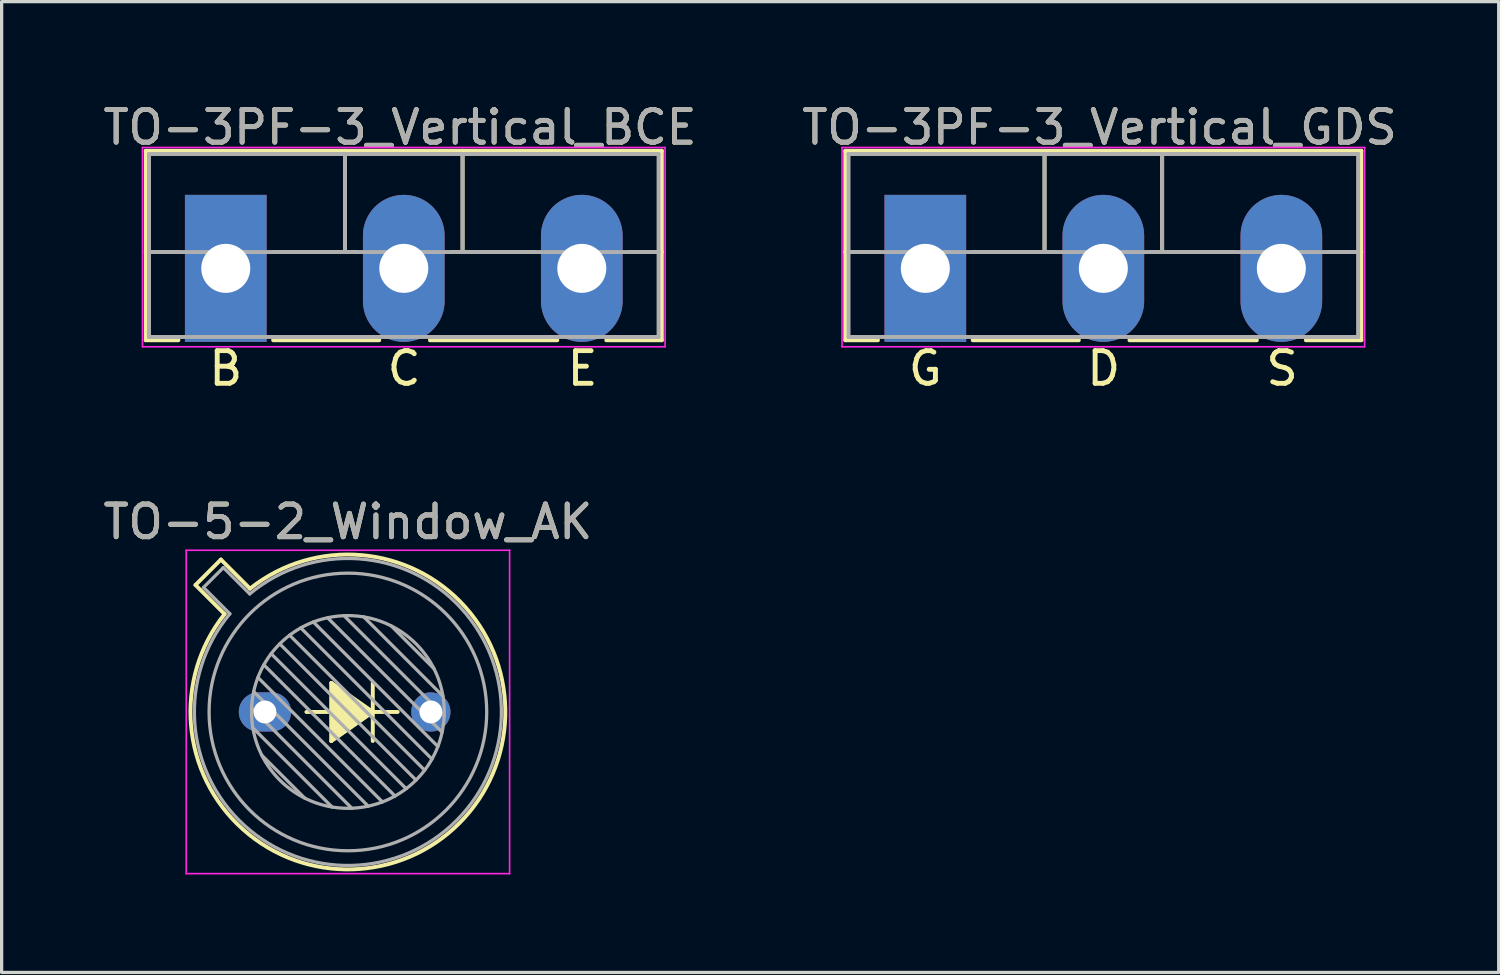
<source format=kicad_pcb>
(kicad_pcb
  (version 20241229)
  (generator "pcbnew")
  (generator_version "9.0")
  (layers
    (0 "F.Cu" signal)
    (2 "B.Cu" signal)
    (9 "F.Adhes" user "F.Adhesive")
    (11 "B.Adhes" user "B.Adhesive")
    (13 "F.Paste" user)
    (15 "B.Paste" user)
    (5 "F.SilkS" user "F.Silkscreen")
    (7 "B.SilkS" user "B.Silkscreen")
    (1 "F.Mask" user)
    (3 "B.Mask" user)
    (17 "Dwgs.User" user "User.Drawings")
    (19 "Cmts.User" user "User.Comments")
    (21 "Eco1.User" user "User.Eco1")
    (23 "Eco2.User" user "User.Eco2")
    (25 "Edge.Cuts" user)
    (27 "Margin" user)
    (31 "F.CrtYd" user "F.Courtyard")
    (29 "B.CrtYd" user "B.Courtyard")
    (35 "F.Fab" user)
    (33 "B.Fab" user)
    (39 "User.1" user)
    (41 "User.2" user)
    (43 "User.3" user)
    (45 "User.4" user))
  (footprint "TO-3PF-3_Vertical_GDS"
    (layer "F.Cu")
    (at 25.279 5.166)
    (property "Reference" "TO-3PF-3_Vertical_GDS" (at 5.334 -4.318 0) (layer "F.SilkS") (effects (font (size 1 1) (thickness 0.15))))
    (fp_line (start -2.45 -3.6) (end -2.45 2.2) (stroke (width 0.12) (type solid)) (layer "F.SilkS"))
    (fp_line (start -2.45 2.2) (end -1.45 2.2) (stroke (width 0.12) (type solid)) (layer "F.SilkS"))
    (fp_line (start -1.45 -0.5) (end -2.45 -0.5) (stroke (width 0.12) (type solid)) (layer "F.SilkS"))
    (fp_line (start 1.45 2.2) (end 4.7 2.2) (stroke (width 0.12) (type solid)) (layer "F.SilkS"))
    (fp_line (start 3.65 -3.6) (end 3.65 -0.5) (stroke (width 0.12) (type solid)) (layer "F.SilkS"))
    (fp_line (start 3.65 -0.5) (end 1.45 -0.5) (stroke (width 0.12) (type solid)) (layer "F.SilkS"))
    (fp_line (start 3.65 -0.5) (end 4 -0.5) (stroke (width 0.12) (type solid)) (layer "F.SilkS"))
    (fp_line (start 6.25 2.2) (end 10.15 2.2) (stroke (width 0.12) (type solid)) (layer "F.SilkS"))
    (fp_line (start 7.25 -0.5) (end 7.25 -3.6) (stroke (width 0.12) (type solid)) (layer "F.SilkS"))
    (fp_line (start 9.2 -0.5) (end 6.9 -0.5) (stroke (width 0.12) (type solid)) (layer "F.SilkS"))
    (fp_line (start 9.45 -0.5) (end 9.2 -0.5) (stroke (width 0.12) (type solid)) (layer "F.SilkS"))
    (fp_line (start 11.65 2.2) (end 13.35 2.2) (stroke (width 0.12) (type solid)) (layer "F.SilkS"))
    (fp_line (start 13.35 -3.6) (end -2.45 -3.6) (stroke (width 0.12) (type solid)) (layer "F.SilkS"))
    (fp_line (start 13.35 -0.5) (end 12.35 -0.5) (stroke (width 0.12) (type solid)) (layer "F.SilkS"))
    (fp_line (start 13.35 2.2) (end 13.35 -3.6) (stroke (width 0.12) (type solid)) (layer "F.SilkS"))
    (fp_line (start -2.55 -3.7) (end -2.55 2.4) (stroke (width 0.05) (type solid)) (layer "F.CrtYd"))
    (fp_line (start -2.55 2.4) (end 13.45 2.4) (stroke (width 0.05) (type solid)) (layer "F.CrtYd"))
    (fp_line (start 13.45 -3.7) (end -2.55 -3.7) (stroke (width 0.05) (type solid)) (layer "F.CrtYd"))
    (fp_line (start 13.45 2.4) (end 13.45 -3.7) (stroke (width 0.05) (type solid)) (layer "F.CrtYd"))
    (fp_line (start -2.35 -3.5) (end -2.35 2.1) (stroke (width 0.12) (type solid)) (layer "F.Fab"))
    (fp_line (start -2.35 2.1) (end 13.25 2.1) (stroke (width 0.12) (type solid)) (layer "F.Fab"))
    (fp_line (start -0.05 -3.5) (end -2.35 -3.5) (stroke (width 0.12) (type solid)) (layer "F.Fab"))
    (fp_line (start 2.95 -3.5) (end -0.05 -3.5) (stroke (width 0.12) (type solid)) (layer "F.Fab"))
    (fp_line (start 3.65 -3.5) (end 3.65 -0.5) (stroke (width 0.12) (type solid)) (layer "F.Fab"))
    (fp_line (start 7.25 -3.5) (end 7.25 -0.5) (stroke (width 0.12) (type solid)) (layer "F.Fab"))
    (fp_line (start 10.85 -0.5) (end -2.35 -0.5) (stroke (width 0.12) (type solid)) (layer "F.Fab"))
    (fp_line (start 10.85 -0.5) (end 13.25 -0.5) (stroke (width 0.12) (type solid)) (layer "F.Fab"))
    (fp_line (start 10.95 -3.5) (end 2.95 -3.5) (stroke (width 0.12) (type solid)) (layer "F.Fab"))
    (fp_line (start 13.25 -3.5) (end 10.95 -3.5) (stroke (width 0.12) (type solid)) (layer "F.Fab"))
    (fp_line (start 13.25 2.1) (end 13.25 -3.5) (stroke (width 0.12) (type solid)) (layer "F.Fab"))
    (fp_text user "S" (at 10.922 3.064 0) (unlocked yes) (layer "F.SilkS") (effects (font (size 1 1) (thickness 0.15))))
    (fp_text user "D" (at 5.461 3.064 0) (unlocked yes) (layer "F.SilkS") (effects (font (size 1 1) (thickness 0.15))))
    (fp_text user "G" (at 0 3.064 0) (unlocked yes) (layer "F.SilkS") (effects (font (size 1 1) (thickness 0.15))))
    (fp_text user "${REFERENCE}" (at 5.334 -4.318 0) (layer "F.Fab") (effects (font (size 1 1) (thickness 0.15))))
    (pad "1" thru_hole rect (at 0 0) (size 2.5 4.5) (drill 1.5) (layers "*.Cu" "*.Mask"))
    (pad "2" thru_hole oval (at 5.45 0) (size 2.5 4.5) (drill 1.5) (layers "*.Cu" "*.Mask"))
    (pad "3" thru_hole oval (at 10.9 0) (size 2.5 4.5) (drill 1.5) (layers "*.Cu" "*.Mask")))
  (footprint "TO-5-2_Window_AK"
    (layer "F.Cu")
    (at 5.061 18.747)
    (property "Reference" "TO-5-2_Window_AK" (at 2.54 -5.82 0) (layer "F.SilkS") (effects (font (size 1 1) (thickness 0.15))))
    (attr through_hole)
    (fp_line (start -2.126 -3.888) (end -1.235 -2.997) (stroke (width 0.12) (type solid)) (layer "F.SilkS"))
    (fp_line (start -1.348 -4.666) (end -2.126 -3.888) (stroke (width 0.12) (type solid)) (layer "F.SilkS"))
    (fp_line (start -0.457 -3.775) (end -1.348 -4.666) (stroke (width 0.12) (type solid)) (layer "F.SilkS"))
    (fp_line (start 1.27 0) (end 2.032 0) (stroke (width 0.12) (type solid)) (layer "F.SilkS"))
    (fp_line (start 2.032 -0.889) (end 3.302 0) (stroke (width 0.12) (type solid)) (layer "F.SilkS"))
    (fp_line (start 2.032 0.889) (end 2.032 -0.889) (stroke (width 0.12) (type solid)) (layer "F.SilkS"))
    (fp_line (start 3.302 -0.889) (end 3.302 0.889) (stroke (width 0.12) (type solid)) (layer "F.SilkS"))
    (fp_line (start 3.302 0) (end 2.032 0.889) (stroke (width 0.12) (type solid)) (layer "F.SilkS"))
    (fp_line (start 3.302 0) (end 4.064 0) (stroke (width 0.12) (type solid)) (layer "F.SilkS"))
    (fp_arc (start -0.457084 -3.774902) (mid 5.948125 3.408384) (end -1.234674 -2.997371) (stroke (width 0.12) (type solid)) (layer "F.SilkS"))
    (fp_poly (pts (xy 3.302 0) (xy 2.032 0.889) (xy 2.032 -0.889)) (stroke (width 0.1) (type solid)) (fill yes) (layer "F.SilkS"))
    (fp_line (start -2.41 -4.95) (end -2.41 4.95) (stroke (width 0.05) (type solid)) (layer "F.CrtYd"))
    (fp_line (start -2.41 4.95) (end 7.49 4.95) (stroke (width 0.05) (type solid)) (layer "F.CrtYd"))
    (fp_line (start 7.49 -4.95) (end -2.41 -4.95) (stroke (width 0.05) (type solid)) (layer "F.CrtYd"))
    (fp_line (start 7.49 4.95) (end 7.49 -4.95) (stroke (width 0.05) (type solid)) (layer "F.CrtYd"))
    (fp_line (start -1.88 -3.812) (end -1.074 -3.005) (stroke (width 0.1) (type solid)) (layer "F.Fab"))
    (fp_line (start -1.272 -4.42) (end -1.88 -3.812) (stroke (width 0.1) (type solid)) (layer "F.Fab"))
    (fp_line (start -0.465 -3.614) (end -1.272 -4.42) (stroke (width 0.1) (type solid)) (layer "F.Fab"))
    (fp_line (start -0.408 -0.12) (end 2.66 2.948) (stroke (width 0.1) (type solid)) (layer "F.Fab"))
    (fp_line (start -0.371 0.485) (end 2.055 2.911) (stroke (width 0.1) (type solid)) (layer "F.Fab"))
    (fp_line (start -0.344 -0.622) (end 3.162 2.884) (stroke (width 0.1) (type solid)) (layer "F.Fab"))
    (fp_line (start -0.215 -1.058) (end 3.598 2.755) (stroke (width 0.1) (type solid)) (layer "F.Fab"))
    (fp_line (start -0.097 1.324) (end 1.216 2.637) (stroke (width 0.1) (type solid)) (layer "F.Fab"))
    (fp_line (start -0.034 -1.443) (end 3.983 2.574) (stroke (width 0.1) (type solid)) (layer "F.Fab"))
    (fp_line (start 0.19 -1.784) (end 4.324 2.35) (stroke (width 0.1) (type solid)) (layer "F.Fab"))
    (fp_line (start 0.454 -2.086) (end 4.626 2.086) (stroke (width 0.1) (type solid)) (layer "F.Fab"))
    (fp_line (start 0.756 -2.35) (end 4.89 1.784) (stroke (width 0.1) (type solid)) (layer "F.Fab"))
    (fp_line (start 1.097 -2.574) (end 5.114 1.443) (stroke (width 0.1) (type solid)) (layer "F.Fab"))
    (fp_line (start 1.482 -2.755) (end 5.295 1.058) (stroke (width 0.1) (type solid)) (layer "F.Fab"))
    (fp_line (start 1.918 -2.884) (end 5.424 0.622) (stroke (width 0.1) (type solid)) (layer "F.Fab"))
    (fp_line (start 2.42 -2.948) (end 5.488 0.12) (stroke (width 0.1) (type solid)) (layer "F.Fab"))
    (fp_line (start 3.025 -2.911) (end 5.451 -0.485) (stroke (width 0.1) (type solid)) (layer "F.Fab"))
    (fp_line (start 3.864 -2.637) (end 5.177 -1.324) (stroke (width 0.1) (type solid)) (layer "F.Fab"))
    (fp_arc (start -0.465408 -3.61352) (mid 5.863443 3.323361) (end -1.073594 -3.005319) (stroke (width 0.1) (type solid)) (layer "F.Fab"))
    (fp_circle (center 2.54 0) (end 5.49 0) (stroke (width 0.1) (type solid)) (fill no) (layer "F.Fab"))
    (fp_circle (center 2.54 0) (end 6.79 0) (stroke (width 0.1) (type solid)) (fill no) (layer "F.Fab"))
    (fp_text user "${REFERENCE}" (at 2.54 -5.82 0) (layer "F.Fab") (effects (font (size 1 1) (thickness 0.15))))
    (pad "1" thru_hole oval (at 0 0) (size 1.6 1.2) (drill 0.7) (layers "*.Cu" "*.Mask"))
    (pad "2" thru_hole oval (at 5.08 0) (size 1.2 1.2) (drill 0.7) (layers "*.Cu" "*.Mask")))
  (footprint "TO-3PF-3_Vertical_BCE"
    (layer "F.Cu")
    (at 3.862 5.166)
    (property "Reference" "TO-3PF-3_Vertical_BCE" (at 5.334 -4.318 0) (layer "F.SilkS") (effects (font (size 1 1) (thickness 0.15))))
    (fp_line (start -2.45 -3.6) (end -2.45 2.2) (stroke (width 0.12) (type solid)) (layer "F.SilkS"))
    (fp_line (start -2.45 2.2) (end -1.45 2.2) (stroke (width 0.12) (type solid)) (layer "F.SilkS"))
    (fp_line (start -1.45 -0.5) (end -2.45 -0.5) (stroke (width 0.12) (type solid)) (layer "F.SilkS"))
    (fp_line (start 1.45 2.2) (end 4.7 2.2) (stroke (width 0.12) (type solid)) (layer "F.SilkS"))
    (fp_line (start 3.65 -3.6) (end 3.65 -0.5) (stroke (width 0.12) (type solid)) (layer "F.SilkS"))
    (fp_line (start 3.65 -0.5) (end 1.45 -0.5) (stroke (width 0.12) (type solid)) (layer "F.SilkS"))
    (fp_line (start 3.65 -0.5) (end 4 -0.5) (stroke (width 0.12) (type solid)) (layer "F.SilkS"))
    (fp_line (start 6.25 2.2) (end 10.15 2.2) (stroke (width 0.12) (type solid)) (layer "F.SilkS"))
    (fp_line (start 7.25 -0.5) (end 7.25 -3.6) (stroke (width 0.12) (type solid)) (layer "F.SilkS"))
    (fp_line (start 9.2 -0.5) (end 6.9 -0.5) (stroke (width 0.12) (type solid)) (layer "F.SilkS"))
    (fp_line (start 9.45 -0.5) (end 9.2 -0.5) (stroke (width 0.12) (type solid)) (layer "F.SilkS"))
    (fp_line (start 11.65 2.2) (end 13.35 2.2) (stroke (width 0.12) (type solid)) (layer "F.SilkS"))
    (fp_line (start 13.35 -3.6) (end -2.45 -3.6) (stroke (width 0.12) (type solid)) (layer "F.SilkS"))
    (fp_line (start 13.35 -0.5) (end 12.35 -0.5) (stroke (width 0.12) (type solid)) (layer "F.SilkS"))
    (fp_line (start 13.35 2.2) (end 13.35 -3.6) (stroke (width 0.12) (type solid)) (layer "F.SilkS"))
    (fp_line (start -2.55 -3.7) (end -2.55 2.4) (stroke (width 0.05) (type solid)) (layer "F.CrtYd"))
    (fp_line (start -2.55 2.4) (end 13.45 2.4) (stroke (width 0.05) (type solid)) (layer "F.CrtYd"))
    (fp_line (start 13.45 -3.7) (end -2.55 -3.7) (stroke (width 0.05) (type solid)) (layer "F.CrtYd"))
    (fp_line (start 13.45 2.4) (end 13.45 -3.7) (stroke (width 0.05) (type solid)) (layer "F.CrtYd"))
    (fp_line (start -2.35 -3.5) (end -2.35 2.1) (stroke (width 0.12) (type solid)) (layer "F.Fab"))
    (fp_line (start -2.35 2.1) (end 13.25 2.1) (stroke (width 0.12) (type solid)) (layer "F.Fab"))
    (fp_line (start -0.05 -3.5) (end -2.35 -3.5) (stroke (width 0.12) (type solid)) (layer "F.Fab"))
    (fp_line (start 2.95 -3.5) (end -0.05 -3.5) (stroke (width 0.12) (type solid)) (layer "F.Fab"))
    (fp_line (start 3.65 -3.5) (end 3.65 -0.5) (stroke (width 0.12) (type solid)) (layer "F.Fab"))
    (fp_line (start 7.25 -3.5) (end 7.25 -0.5) (stroke (width 0.12) (type solid)) (layer "F.Fab"))
    (fp_line (start 10.85 -0.5) (end -2.35 -0.5) (stroke (width 0.12) (type solid)) (layer "F.Fab"))
    (fp_line (start 10.85 -0.5) (end 13.25 -0.5) (stroke (width 0.12) (type solid)) (layer "F.Fab"))
    (fp_line (start 10.95 -3.5) (end 2.95 -3.5) (stroke (width 0.12) (type solid)) (layer "F.Fab"))
    (fp_line (start 13.25 -3.5) (end 10.95 -3.5) (stroke (width 0.12) (type solid)) (layer "F.Fab"))
    (fp_line (start 13.25 2.1) (end 13.25 -3.5) (stroke (width 0.12) (type solid)) (layer "F.Fab"))
    (fp_text user "C" (at 5.461 3.064 0) (unlocked yes) (layer "F.SilkS") (effects (font (size 1 1) (thickness 0.15))))
    (fp_text user "E" (at 10.922 3.064 0) (unlocked yes) (layer "F.SilkS") (effects (font (size 1 1) (thickness 0.15))))
    (fp_text user "B" (at 0 3.064 0) (unlocked yes) (layer "F.SilkS") (effects (font (size 1 1) (thickness 0.15))))
    (fp_text user "${REFERENCE}" (at 5.334 -4.318 0) (layer "F.Fab") (effects (font (size 1 1) (thickness 0.15))))
    (pad "1" thru_hole rect (at 0 0) (size 2.5 4.5) (drill 1.5) (layers "*.Cu" "*.Mask"))
    (pad "2" thru_hole oval (at 5.45 0) (size 2.5 4.5) (drill 1.5) (layers "*.Cu" "*.Mask"))
    (pad "3" thru_hole oval (at 10.9 0) (size 2.5 4.5) (drill 1.5) (layers "*.Cu" "*.Mask")))
  (gr_rect
    (start -3 -3)
    (end 42.833 26.722)
    (stroke (width 0.1) (type default))
    (fill no)
    (layer "Edge.Cuts")))
</source>
